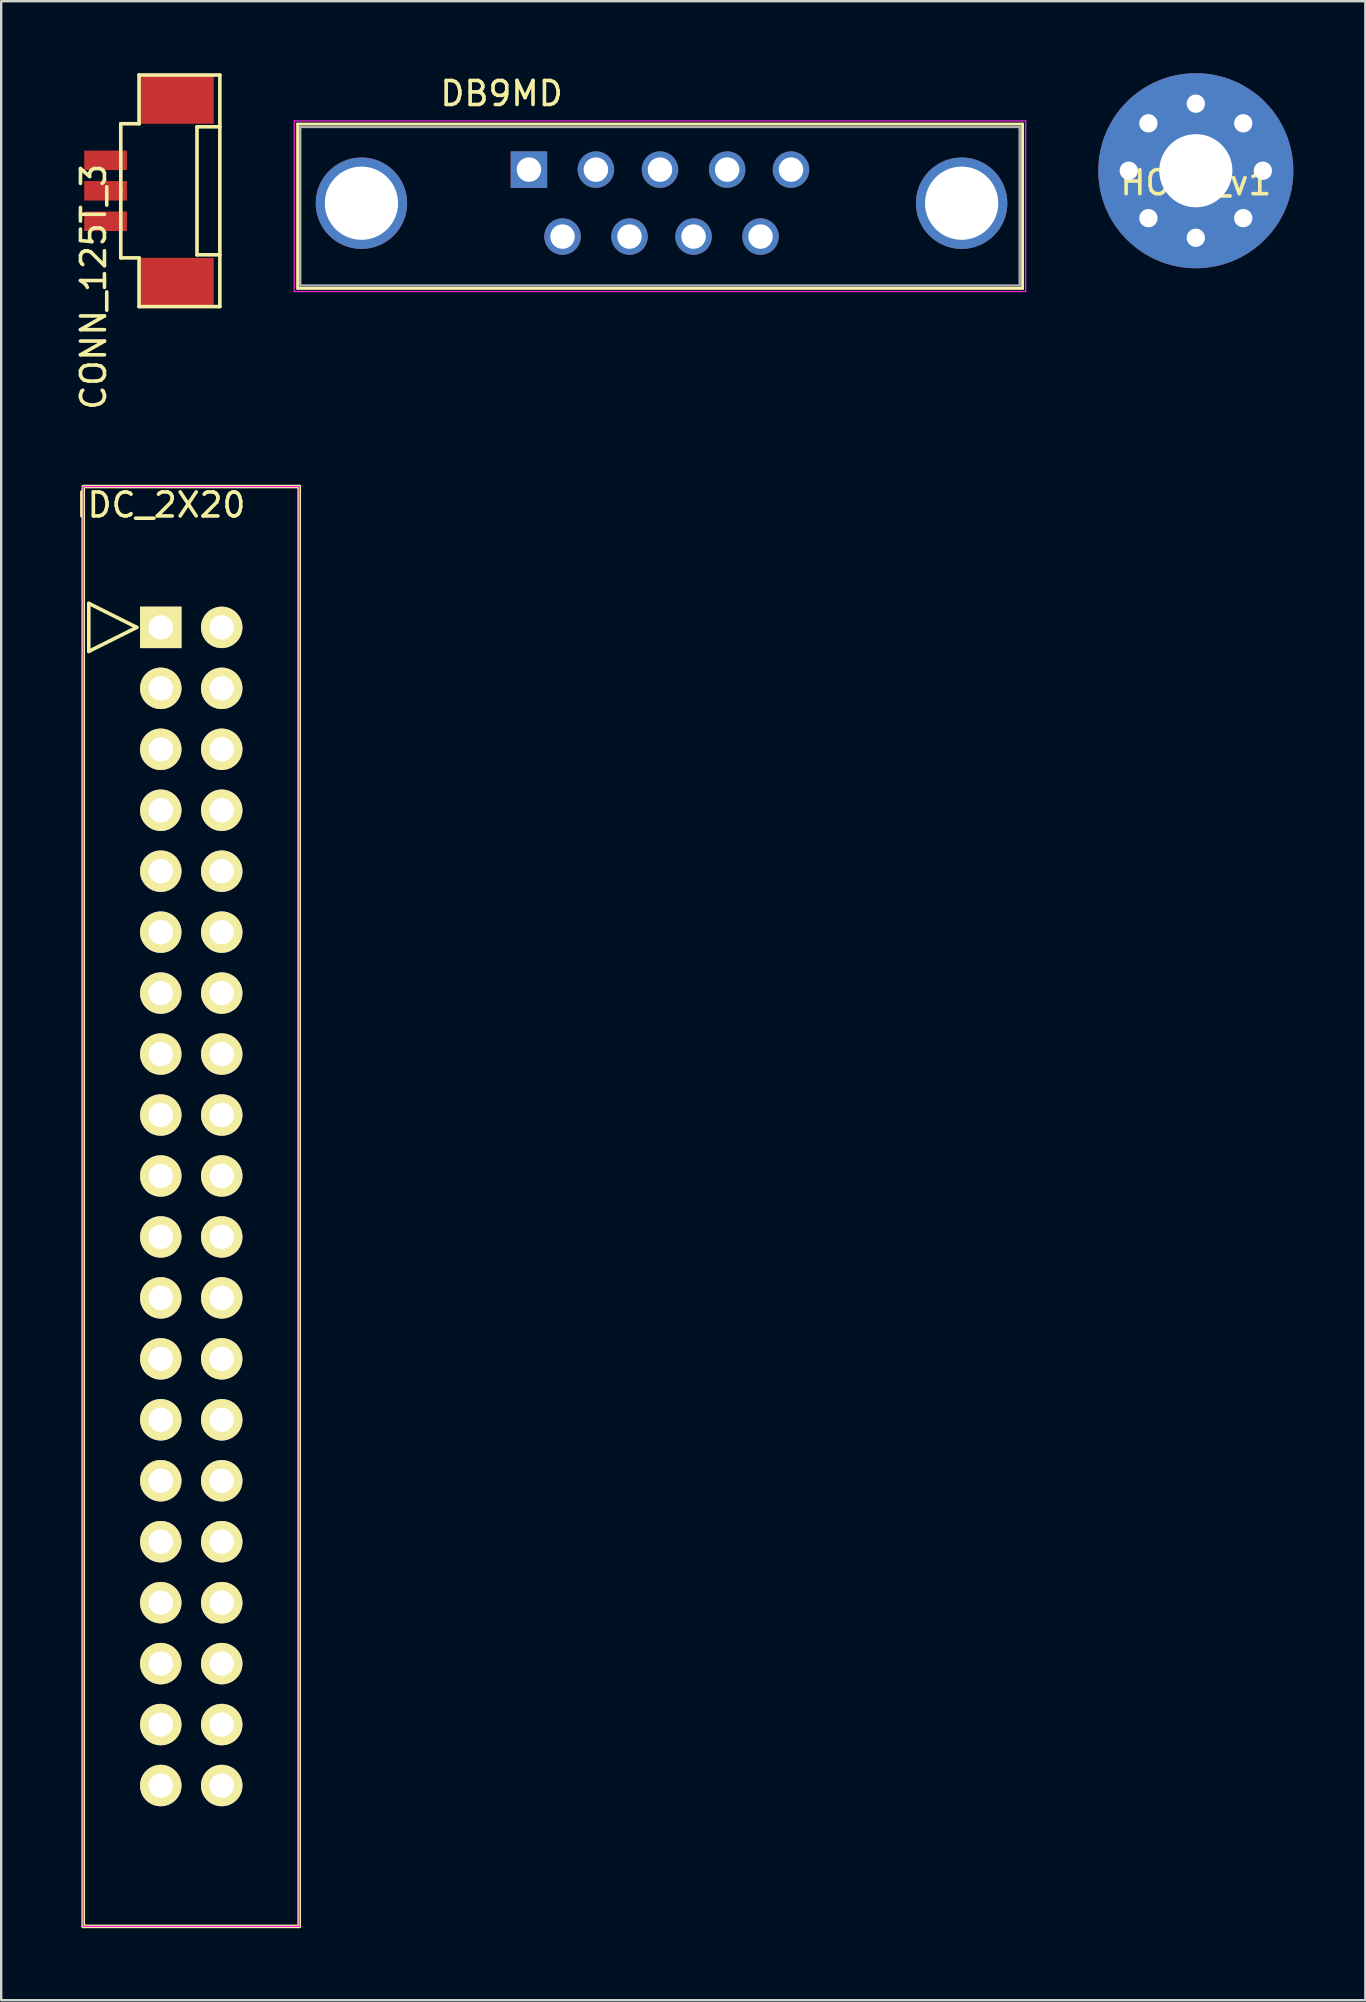
<source format=kicad_pcb>
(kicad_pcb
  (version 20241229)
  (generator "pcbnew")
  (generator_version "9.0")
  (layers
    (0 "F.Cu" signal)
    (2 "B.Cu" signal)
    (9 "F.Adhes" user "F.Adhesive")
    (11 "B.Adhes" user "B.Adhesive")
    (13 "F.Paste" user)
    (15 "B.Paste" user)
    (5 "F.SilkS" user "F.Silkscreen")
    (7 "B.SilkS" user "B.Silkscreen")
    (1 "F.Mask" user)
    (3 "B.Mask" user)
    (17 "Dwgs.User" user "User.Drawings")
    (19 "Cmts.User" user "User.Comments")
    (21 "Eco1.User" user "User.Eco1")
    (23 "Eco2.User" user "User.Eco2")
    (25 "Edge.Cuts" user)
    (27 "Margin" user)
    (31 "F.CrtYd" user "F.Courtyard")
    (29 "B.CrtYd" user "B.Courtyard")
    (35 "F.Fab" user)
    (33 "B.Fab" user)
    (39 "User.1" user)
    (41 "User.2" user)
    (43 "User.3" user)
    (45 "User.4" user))
  (footprint "CONN_125T_3"
    (layer "F.Cu")
    (at 1.348 4.901)
    (property "Reference" "CONN_125T_3" (at -0.5 4 90) (layer "F.SilkS") (effects (font (size 1 1) (thickness 0.15))))
    (attr smd)
    (fp_line (start 0.635 -2.794) (end 1.397 -2.794) (stroke (width 0.15) (type solid)) (layer "F.SilkS"))
    (fp_line (start 0.635 0) (end 0.635 -2.794) (stroke (width 0.15) (type solid)) (layer "F.SilkS"))
    (fp_line (start 0.635 2.794) (end 0.635 0) (stroke (width 0.15) (type solid)) (layer "F.SilkS"))
    (fp_line (start 1.397 -4.826) (end 4.763 -4.826) (stroke (width 0.15) (type solid)) (layer "F.SilkS"))
    (fp_line (start 1.397 -2.794) (end 1.397 -4.826) (stroke (width 0.15) (type solid)) (layer "F.SilkS"))
    (fp_line (start 1.397 2.794) (end 0.635 2.794) (stroke (width 0.15) (type solid)) (layer "F.SilkS"))
    (fp_line (start 1.397 4.826) (end 1.397 2.794) (stroke (width 0.15) (type solid)) (layer "F.SilkS"))
    (fp_line (start 3.81 -2.667) (end 3.81 2.667) (stroke (width 0.15) (type solid)) (layer "F.SilkS"))
    (fp_line (start 3.81 2.667) (end 4.763 2.667) (stroke (width 0.15) (type solid)) (layer "F.SilkS"))
    (fp_line (start 4.763 -4.826) (end 4.763 4.826) (stroke (width 0.15) (type solid)) (layer "F.SilkS"))
    (fp_line (start 4.763 -2.667) (end 3.81 -2.667) (stroke (width 0.15) (type solid)) (layer "F.SilkS"))
    (fp_line (start 4.763 4.826) (end 1.397 4.826) (stroke (width 0.15) (type solid)) (layer "F.SilkS"))
    (pad "" smd rect (at 2.985 -3.81) (size 3.048 2.032) (layers "F.Cu" "F.Mask" "F.Paste"))
    (pad "" smd rect (at 2.985 3.81) (size 3.048 2.032) (layers "F.Cu" "F.Mask" "F.Paste"))
    (pad "1" smd rect (at 0 -1.27) (size 1.778 0.813) (layers "F.Cu" "F.Mask" "F.Paste"))
    (pad "2" smd rect (at 0 0) (size 1.778 0.813) (layers "F.Cu" "F.Mask" "F.Paste"))
    (pad "3" smd rect (at 0 1.27) (size 1.778 0.813) (layers "F.Cu" "F.Mask" "F.Paste")))
  (footprint "HOLE_v1"
    (layer "F.Cu")
    (at 46.78 4.064)
    (property "Reference" "HOLE_v1" (at 0 0.5 0) (layer "F.SilkS") (effects (font (size 1 1) (thickness 0.15))))
    (attr through_hole)
    (pad "1" thru_hole circle (at 0 0) (size 8.128 8.128) (drill 3.048) (layers "*.Cu" "*.Mask"))
    (pad "2" thru_hole circle (at 0 -2.794) (size 1.524 1.524) (drill 0.762) (layers "*.Cu" "*.Mask"))
    (pad "3" thru_hole circle (at -1.976 -1.976 45) (size 1.524 1.524) (drill 0.762) (layers "*.Cu" "*.Mask"))
    (pad "4" thru_hole circle (at -2.794 0 90) (size 1.524 1.524) (drill 0.762) (layers "*.Cu" "*.Mask"))
    (pad "5" thru_hole circle (at -1.976 1.976 135) (size 1.524 1.524) (drill 0.762) (layers "*.Cu" "*.Mask"))
    (pad "6" thru_hole circle (at 0 2.794 180) (size 1.524 1.524) (drill 0.762) (layers "*.Cu" "*.Mask"))
    (pad "7" thru_hole circle (at 1.976 1.976 225) (size 1.524 1.524) (drill 0.762) (layers "*.Cu" "*.Mask"))
    (pad "8" thru_hole circle (at 2.794 0 270) (size 1.524 1.524) (drill 0.762) (layers "*.Cu" "*.Mask"))
    (pad "9" thru_hole circle (at 1.976 -1.976 315) (size 1.524 1.524) (drill 0.762) (layers "*.Cu" "*.Mask")))
  (footprint "DB9MD"
    (layer "F.Cu")
    (at 18.991 4.018)
    (property "Reference" "DB9MD" (at -1.14 -3.17 0) (layer "F.SilkS") (effects (font (size 1 1) (thickness 0.15))))
    (attr through_hole)
    (fp_line (start -9.64 -1.9) (end -9.64 4.95) (stroke (width 0.12) (type solid)) (layer "F.SilkS"))
    (fp_line (start -9.64 -1.9) (end 20.57 -1.9) (stroke (width 0.12) (type solid)) (layer "F.SilkS"))
    (fp_line (start 20.57 4.95) (end -9.64 4.95) (stroke (width 0.12) (type solid)) (layer "F.SilkS"))
    (fp_line (start 20.57 4.95) (end 20.57 -1.9) (stroke (width 0.12) (type solid)) (layer "F.SilkS"))
    (fp_line (start -9.78 -2.03) (end -9.78 5.08) (stroke (width 0.05) (type solid)) (layer "F.CrtYd"))
    (fp_line (start -9.78 -2.03) (end 20.7 -2.03) (stroke (width 0.05) (type solid)) (layer "F.CrtYd"))
    (fp_line (start 20.7 5.08) (end -9.78 5.08) (stroke (width 0.05) (type solid)) (layer "F.CrtYd"))
    (fp_line (start 20.7 5.08) (end 20.7 -2.03) (stroke (width 0.05) (type solid)) (layer "F.CrtYd"))
    (fp_line (start -9.53 -1.78) (end -9.53 4.83) (stroke (width 0.1) (type solid)) (layer "F.Fab"))
    (fp_line (start -9.53 4.83) (end 20.45 4.83) (stroke (width 0.1) (type solid)) (layer "F.Fab"))
    (fp_line (start 20.45 -1.78) (end -9.53 -1.78) (stroke (width 0.1) (type solid)) (layer "F.Fab"))
    (fp_line (start 20.45 4.83) (end 20.45 -1.78) (stroke (width 0.1) (type solid)) (layer "F.Fab"))
    (pad "0" thru_hole circle (at -6.98 1.4) (size 3.81 3.81) (drill 3.05) (layers "*.Cu" "*.Mask"))
    (pad "0" thru_hole circle (at 18.03 1.4) (size 3.81 3.81) (drill 3.05) (layers "*.Cu" "*.Mask"))
    (pad "1" thru_hole rect (at 0 0) (size 1.52 1.52) (drill 1.02) (layers "*.Cu" "*.Mask"))
    (pad "2" thru_hole circle (at 2.79 0) (size 1.52 1.52) (drill 1.02) (layers "*.Cu" "*.Mask"))
    (pad "3" thru_hole circle (at 5.46 0) (size 1.52 1.52) (drill 1.02) (layers "*.Cu" "*.Mask"))
    (pad "4" thru_hole circle (at 8.26 0) (size 1.52 1.52) (drill 1.02) (layers "*.Cu" "*.Mask"))
    (pad "5" thru_hole circle (at 10.92 0) (size 1.52 1.52) (drill 1.02) (layers "*.Cu" "*.Mask"))
    (pad "6" thru_hole circle (at 1.4 2.79) (size 1.52 1.52) (drill 1.02) (layers "*.Cu" "*.Mask"))
    (pad "7" thru_hole circle (at 4.19 2.79) (size 1.52 1.52) (drill 1.02) (layers "*.Cu" "*.Mask"))
    (pad "8" thru_hole circle (at 6.86 2.79) (size 1.52 1.52) (drill 1.02) (layers "*.Cu" "*.Mask"))
    (pad "9" thru_hole circle (at 9.65 2.79) (size 1.52 1.52) (drill 1.02) (layers "*.Cu" "*.Mask")))
  (footprint "IDC_2X20"
    (layer "F.Cu")
    (at 4.919 47.223)
    (property "Reference" "IDC_2X20" (at -1.27 -29.23 0) (layer "F.SilkS") (effects (font (size 1 1) (thickness 0.15))))
    (attr through_hole)
    (fp_line (start -4.5 -29.9) (end -4.5 30) (stroke (width 0.15) (type solid)) (layer "F.SilkS"))
    (fp_line (start -4.27 -25.13) (end -4.27 -23.13) (stroke (width 0.15) (type solid)) (layer "F.SilkS"))
    (fp_line (start -4.27 -23.13) (end -2.27 -24.13) (stroke (width 0.15) (type solid)) (layer "F.SilkS"))
    (fp_line (start -2.27 -24.13) (end -4.27 -25.13) (stroke (width 0.15) (type solid)) (layer "F.SilkS"))
    (fp_line (start 4.5 -30) (end -4.5 -30) (stroke (width 0.15) (type solid)) (layer "F.SilkS"))
    (fp_line (start 4.5 30) (end -4.5 30) (stroke (width 0.15) (type solid)) (layer "F.SilkS"))
    (fp_line (start 4.5 30) (end 4.5 -30) (stroke (width 0.15) (type solid)) (layer "F.SilkS"))
    (fp_line (start -4.5 -30) (end -4.5 30) (stroke (width 0.05) (type solid)) (layer "F.CrtYd"))
    (fp_line (start -4.5 -30) (end 4.5 -30) (stroke (width 0.05) (type solid)) (layer "F.CrtYd"))
    (fp_line (start -4.5 30) (end 4.5 30) (stroke (width 0.05) (type solid)) (layer "F.CrtYd"))
    (fp_line (start 4.5 -30) (end 4.5 30) (stroke (width 0.05) (type solid)) (layer "F.CrtYd"))
    (pad "1" thru_hole rect (at -1.27 -24.13) (size 1.727 1.727) (drill 1.016) (layers "*.Cu" "*.Mask" "F.SilkS"))
    (pad "2" thru_hole oval (at 1.27 -24.13) (size 1.727 1.727) (drill 1.016) (layers "*.Cu" "*.Mask" "F.SilkS"))
    (pad "3" thru_hole oval (at -1.27 -21.59) (size 1.727 1.727) (drill 1.016) (layers "*.Cu" "*.Mask" "F.SilkS"))
    (pad "4" thru_hole oval (at 1.27 -21.59) (size 1.727 1.727) (drill 1.016) (layers "*.Cu" "*.Mask" "F.SilkS"))
    (pad "5" thru_hole oval (at -1.27 -19.05) (size 1.727 1.727) (drill 1.016) (layers "*.Cu" "*.Mask" "F.SilkS"))
    (pad "6" thru_hole oval (at 1.27 -19.05) (size 1.727 1.727) (drill 1.016) (layers "*.Cu" "*.Mask" "F.SilkS"))
    (pad "7" thru_hole oval (at -1.27 -16.51) (size 1.727 1.727) (drill 1.016) (layers "*.Cu" "*.Mask" "F.SilkS"))
    (pad "8" thru_hole oval (at 1.27 -16.51) (size 1.727 1.727) (drill 1.016) (layers "*.Cu" "*.Mask" "F.SilkS"))
    (pad "9" thru_hole oval (at -1.27 -13.97) (size 1.727 1.727) (drill 1.016) (layers "*.Cu" "*.Mask" "F.SilkS"))
    (pad "10" thru_hole oval (at 1.27 -13.97) (size 1.727 1.727) (drill 1.016) (layers "*.Cu" "*.Mask" "F.SilkS"))
    (pad "11" thru_hole oval (at -1.27 -11.43) (size 1.727 1.727) (drill 1.016) (layers "*.Cu" "*.Mask" "F.SilkS"))
    (pad "12" thru_hole oval (at 1.27 -11.43) (size 1.727 1.727) (drill 1.016) (layers "*.Cu" "*.Mask" "F.SilkS"))
    (pad "13" thru_hole oval (at -1.27 -8.89) (size 1.727 1.727) (drill 1.016) (layers "*.Cu" "*.Mask" "F.SilkS"))
    (pad "14" thru_hole oval (at 1.27 -8.89) (size 1.727 1.727) (drill 1.016) (layers "*.Cu" "*.Mask" "F.SilkS"))
    (pad "15" thru_hole oval (at -1.27 -6.35) (size 1.727 1.727) (drill 1.016) (layers "*.Cu" "*.Mask" "F.SilkS"))
    (pad "16" thru_hole oval (at 1.27 -6.35) (size 1.727 1.727) (drill 1.016) (layers "*.Cu" "*.Mask" "F.SilkS"))
    (pad "17" thru_hole oval (at -1.27 -3.81) (size 1.727 1.727) (drill 1.016) (layers "*.Cu" "*.Mask" "F.SilkS"))
    (pad "18" thru_hole oval (at 1.27 -3.81) (size 1.727 1.727) (drill 1.016) (layers "*.Cu" "*.Mask" "F.SilkS"))
    (pad "19" thru_hole oval (at -1.27 -1.27) (size 1.727 1.727) (drill 1.016) (layers "*.Cu" "*.Mask" "F.SilkS"))
    (pad "20" thru_hole oval (at 1.27 -1.27) (size 1.727 1.727) (drill 1.016) (layers "*.Cu" "*.Mask" "F.SilkS"))
    (pad "21" thru_hole oval (at -1.27 1.27) (size 1.727 1.727) (drill 1.016) (layers "*.Cu" "*.Mask" "F.SilkS"))
    (pad "22" thru_hole oval (at 1.27 1.27) (size 1.727 1.727) (drill 1.016) (layers "*.Cu" "*.Mask" "F.SilkS"))
    (pad "23" thru_hole oval (at -1.27 3.81) (size 1.727 1.727) (drill 1.016) (layers "*.Cu" "*.Mask" "F.SilkS"))
    (pad "24" thru_hole oval (at 1.27 3.81) (size 1.727 1.727) (drill 1.016) (layers "*.Cu" "*.Mask" "F.SilkS"))
    (pad "25" thru_hole oval (at -1.27 6.35) (size 1.727 1.727) (drill 1.016) (layers "*.Cu" "*.Mask" "F.SilkS"))
    (pad "26" thru_hole oval (at 1.27 6.35) (size 1.727 1.727) (drill 1.016) (layers "*.Cu" "*.Mask" "F.SilkS"))
    (pad "27" thru_hole oval (at -1.27 8.89) (size 1.727 1.727) (drill 1.016) (layers "*.Cu" "*.Mask" "F.SilkS"))
    (pad "28" thru_hole oval (at 1.27 8.89) (size 1.727 1.727) (drill 1.016) (layers "*.Cu" "*.Mask" "F.SilkS"))
    (pad "29" thru_hole oval (at -1.27 11.43) (size 1.727 1.727) (drill 1.016) (layers "*.Cu" "*.Mask" "F.SilkS"))
    (pad "30" thru_hole oval (at 1.27 11.43) (size 1.727 1.727) (drill 1.016) (layers "*.Cu" "*.Mask" "F.SilkS"))
    (pad "31" thru_hole oval (at -1.27 13.97) (size 1.727 1.727) (drill 1.016) (layers "*.Cu" "*.Mask" "F.SilkS"))
    (pad "32" thru_hole oval (at 1.27 13.97) (size 1.727 1.727) (drill 1.016) (layers "*.Cu" "*.Mask" "F.SilkS"))
    (pad "33" thru_hole oval (at -1.27 16.51) (size 1.727 1.727) (drill 1.016) (layers "*.Cu" "*.Mask" "F.SilkS"))
    (pad "34" thru_hole oval (at 1.27 16.51) (size 1.727 1.727) (drill 1.016) (layers "*.Cu" "*.Mask" "F.SilkS"))
    (pad "35" thru_hole oval (at -1.27 19.05) (size 1.727 1.727) (drill 1.016) (layers "*.Cu" "*.Mask" "F.SilkS"))
    (pad "36" thru_hole oval (at 1.27 19.05) (size 1.727 1.727) (drill 1.016) (layers "*.Cu" "*.Mask" "F.SilkS"))
    (pad "37" thru_hole oval (at -1.27 21.59) (size 1.727 1.727) (drill 1.016) (layers "*.Cu" "*.Mask" "F.SilkS"))
    (pad "38" thru_hole oval (at 1.27 21.59) (size 1.727 1.727) (drill 1.016) (layers "*.Cu" "*.Mask" "F.SilkS"))
    (pad "39" thru_hole oval (at -1.27 24.13) (size 1.727 1.727) (drill 1.016) (layers "*.Cu" "*.Mask" "F.SilkS"))
    (pad "40" thru_hole oval (at 1.27 24.13) (size 1.727 1.727) (drill 1.016) (layers "*.Cu" "*.Mask" "F.SilkS")))
  (gr_rect
    (start -3 -3)
    (end 53.844 80.298)
    (stroke (width 0.1) (type default))
    (fill no)
    (layer "Edge.Cuts")))
</source>
